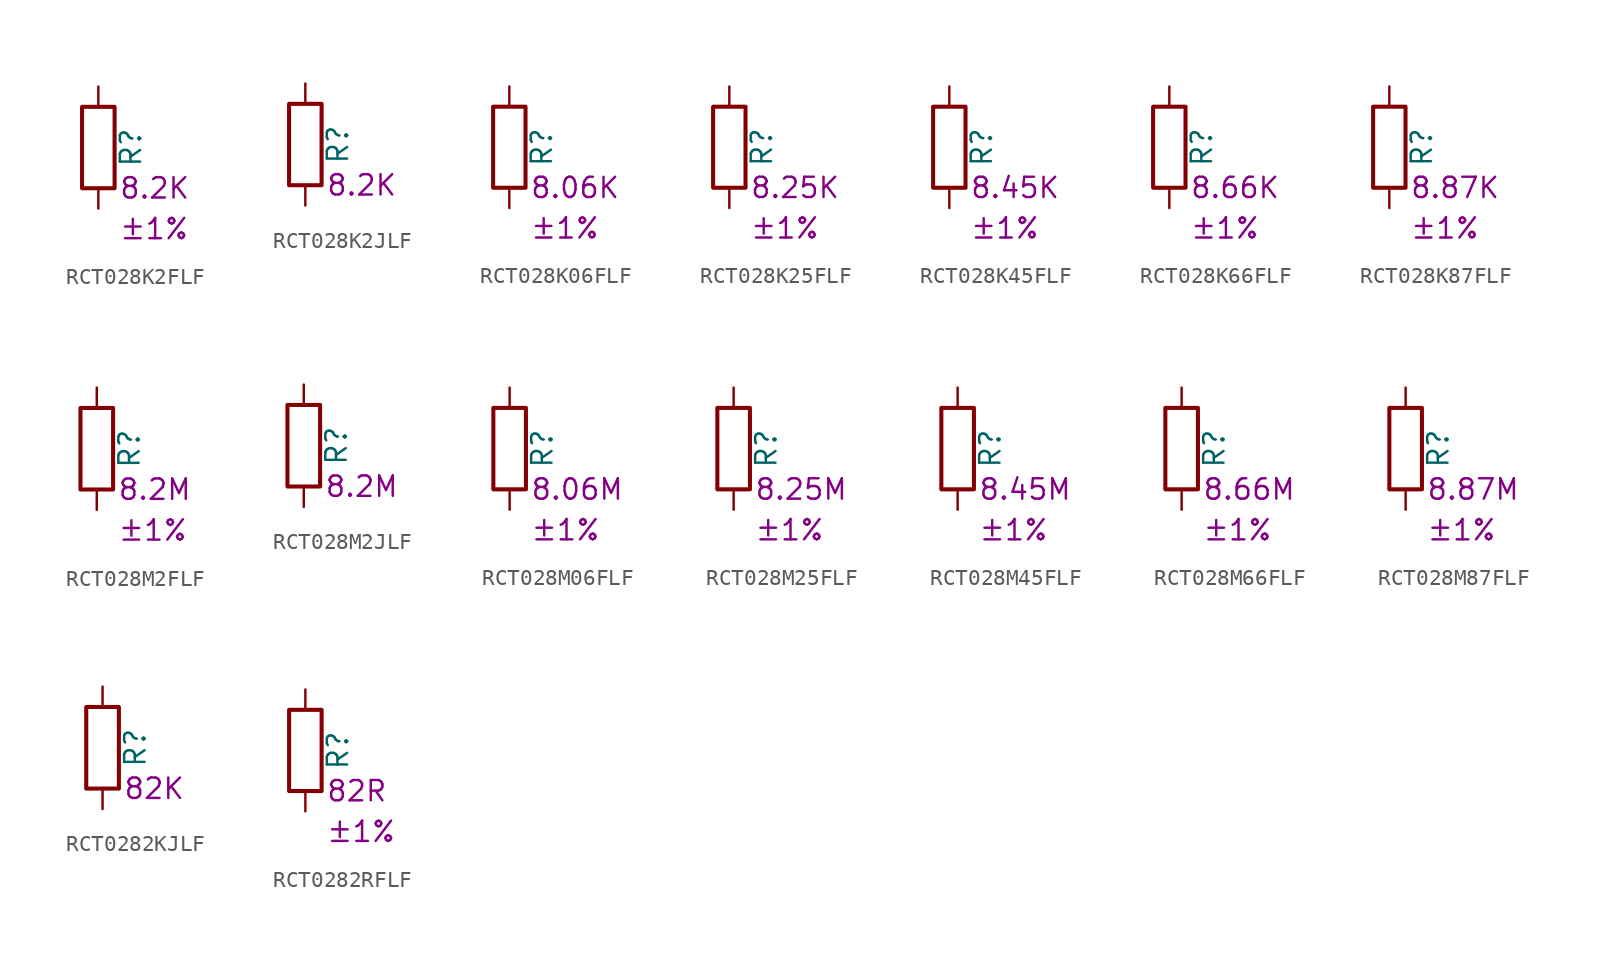
<source format=kicad_sym>
(kicad_symbol_lib
  (version 20220914)
  (generator kicad_symbol_editor)
  (symbol "RCT028K2FLF"
    (pin_numbers hide)
    (pin_names
      (offset 0))
    (property "Reference" "R"
      (at 2.032 0 90)
      (effects (font (size 1.27 1.27))))
    (property "Resistance" "8.2K"
      (at 1.27 -2.54 0)
      (effects (font (size 1.27 1.27)) (justify left)))
    (property "Tolerance" "±1%"
      (at 1.27 -5.08 0)
      (effects (font (size 1.27 1.27)) (justify left)))
    (symbol "RCT028K2FLF_0_1"
      (rectangle (start -1.016 -2.54) (end 1.016 2.54) (stroke (width 0.254) (type default)) (fill (type none))))
    (symbol "RCT028K2FLF_1_1"
      (pin passive line (at 0 3.81 270) (length 1.27) (name "~" (effects (font (size 1.27 1.27)))) (number "1" (effects (font (size 1.27 1.27)))))
      (pin passive line (at 0 -3.81 90) (length 1.27) (name "~" (effects (font (size 1.27 1.27)))) (number "2" (effects (font (size 1.27 1.27)))))))
  (symbol "RCT028K2JLF"
    (pin_numbers hide)
    (pin_names
      (offset 0))
    (property "Reference" "R"
      (at 2.032 0 90)
      (effects (font (size 1.27 1.27))))
    (property "Resistance" "8.2K"
      (at 1.27 -2.54 0)
      (effects (font (size 1.27 1.27)) (justify left)))
    (symbol "RCT028K2JLF_0_1"
      (rectangle (start -1.016 -2.54) (end 1.016 2.54) (stroke (width 0.254) (type default)) (fill (type none))))
    (symbol "RCT028K2JLF_1_1"
      (pin passive line (at 0 3.81 270) (length 1.27) (name "~" (effects (font (size 1.27 1.27)))) (number "1" (effects (font (size 1.27 1.27)))))
      (pin passive line (at 0 -3.81 90) (length 1.27) (name "~" (effects (font (size 1.27 1.27)))) (number "2" (effects (font (size 1.27 1.27)))))))
  (symbol "RCT028K06FLF"
    (pin_numbers hide)
    (pin_names
      (offset 0))
    (property "Reference" "R"
      (at 2.032 0 90)
      (effects (font (size 1.27 1.27))))
    (property "Resistance" "8.06K"
      (at 1.27 -2.54 0)
      (effects (font (size 1.27 1.27)) (justify left)))
    (property "Tolerance" "±1%"
      (at 1.27 -5.08 0)
      (effects (font (size 1.27 1.27)) (justify left)))
    (symbol "RCT028K06FLF_0_1"
      (rectangle (start -1.016 -2.54) (end 1.016 2.54) (stroke (width 0.254) (type default)) (fill (type none))))
    (symbol "RCT028K06FLF_1_1"
      (pin passive line (at 0 3.81 270) (length 1.27) (name "~" (effects (font (size 1.27 1.27)))) (number "1" (effects (font (size 1.27 1.27)))))
      (pin passive line (at 0 -3.81 90) (length 1.27) (name "~" (effects (font (size 1.27 1.27)))) (number "2" (effects (font (size 1.27 1.27)))))))
  (symbol "RCT028K25FLF"
    (pin_numbers hide)
    (pin_names
      (offset 0))
    (property "Reference" "R"
      (at 2.032 0 90)
      (effects (font (size 1.27 1.27))))
    (property "Resistance" "8.25K"
      (at 1.27 -2.54 0)
      (effects (font (size 1.27 1.27)) (justify left)))
    (property "Tolerance" "±1%"
      (at 1.27 -5.08 0)
      (effects (font (size 1.27 1.27)) (justify left)))
    (symbol "RCT028K25FLF_0_1"
      (rectangle (start -1.016 -2.54) (end 1.016 2.54) (stroke (width 0.254) (type default)) (fill (type none))))
    (symbol "RCT028K25FLF_1_1"
      (pin passive line (at 0 3.81 270) (length 1.27) (name "~" (effects (font (size 1.27 1.27)))) (number "1" (effects (font (size 1.27 1.27)))))
      (pin passive line (at 0 -3.81 90) (length 1.27) (name "~" (effects (font (size 1.27 1.27)))) (number "2" (effects (font (size 1.27 1.27)))))))
  (symbol "RCT028K45FLF"
    (pin_numbers hide)
    (pin_names
      (offset 0))
    (property "Reference" "R"
      (at 2.032 0 90)
      (effects (font (size 1.27 1.27))))
    (property "Resistance" "8.45K"
      (at 1.27 -2.54 0)
      (effects (font (size 1.27 1.27)) (justify left)))
    (property "Tolerance" "±1%"
      (at 1.27 -5.08 0)
      (effects (font (size 1.27 1.27)) (justify left)))
    (symbol "RCT028K45FLF_0_1"
      (rectangle (start -1.016 -2.54) (end 1.016 2.54) (stroke (width 0.254) (type default)) (fill (type none))))
    (symbol "RCT028K45FLF_1_1"
      (pin passive line (at 0 3.81 270) (length 1.27) (name "~" (effects (font (size 1.27 1.27)))) (number "1" (effects (font (size 1.27 1.27)))))
      (pin passive line (at 0 -3.81 90) (length 1.27) (name "~" (effects (font (size 1.27 1.27)))) (number "2" (effects (font (size 1.27 1.27)))))))
  (symbol "RCT028K66FLF"
    (pin_numbers hide)
    (pin_names
      (offset 0))
    (property "Reference" "R"
      (at 2.032 0 90)
      (effects (font (size 1.27 1.27))))
    (property "Resistance" "8.66K"
      (at 1.27 -2.54 0)
      (effects (font (size 1.27 1.27)) (justify left)))
    (property "Tolerance" "±1%"
      (at 1.27 -5.08 0)
      (effects (font (size 1.27 1.27)) (justify left)))
    (symbol "RCT028K66FLF_0_1"
      (rectangle (start -1.016 -2.54) (end 1.016 2.54) (stroke (width 0.254) (type default)) (fill (type none))))
    (symbol "RCT028K66FLF_1_1"
      (pin passive line (at 0 3.81 270) (length 1.27) (name "~" (effects (font (size 1.27 1.27)))) (number "1" (effects (font (size 1.27 1.27)))))
      (pin passive line (at 0 -3.81 90) (length 1.27) (name "~" (effects (font (size 1.27 1.27)))) (number "2" (effects (font (size 1.27 1.27)))))))
  (symbol "RCT028K87FLF"
    (pin_numbers hide)
    (pin_names
      (offset 0))
    (property "Reference" "R"
      (at 2.032 0 90)
      (effects (font (size 1.27 1.27))))
    (property "Resistance" "8.87K"
      (at 1.27 -2.54 0)
      (effects (font (size 1.27 1.27)) (justify left)))
    (property "Tolerance" "±1%"
      (at 1.27 -5.08 0)
      (effects (font (size 1.27 1.27)) (justify left)))
    (symbol "RCT028K87FLF_0_1"
      (rectangle (start -1.016 -2.54) (end 1.016 2.54) (stroke (width 0.254) (type default)) (fill (type none))))
    (symbol "RCT028K87FLF_1_1"
      (pin passive line (at 0 3.81 270) (length 1.27) (name "~" (effects (font (size 1.27 1.27)))) (number "1" (effects (font (size 1.27 1.27)))))
      (pin passive line (at 0 -3.81 90) (length 1.27) (name "~" (effects (font (size 1.27 1.27)))) (number "2" (effects (font (size 1.27 1.27)))))))
  (symbol "RCT028M2FLF"
    (pin_numbers hide)
    (pin_names
      (offset 0))
    (property "Reference" "R"
      (at 2.032 0 90)
      (effects (font (size 1.27 1.27))))
    (property "Resistance" "8.2M"
      (at 1.27 -2.54 0)
      (effects (font (size 1.27 1.27)) (justify left)))
    (property "Tolerance" "±1%"
      (at 1.27 -5.08 0)
      (effects (font (size 1.27 1.27)) (justify left)))
    (symbol "RCT028M2FLF_0_1"
      (rectangle (start -1.016 -2.54) (end 1.016 2.54) (stroke (width 0.254) (type default)) (fill (type none))))
    (symbol "RCT028M2FLF_1_1"
      (pin passive line (at 0 3.81 270) (length 1.27) (name "~" (effects (font (size 1.27 1.27)))) (number "1" (effects (font (size 1.27 1.27)))))
      (pin passive line (at 0 -3.81 90) (length 1.27) (name "~" (effects (font (size 1.27 1.27)))) (number "2" (effects (font (size 1.27 1.27)))))))
  (symbol "RCT028M2JLF"
    (pin_numbers hide)
    (pin_names
      (offset 0))
    (property "Reference" "R"
      (at 2.032 0 90)
      (effects (font (size 1.27 1.27))))
    (property "Resistance" "8.2M"
      (at 1.27 -2.54 0)
      (effects (font (size 1.27 1.27)) (justify left)))
    (symbol "RCT028M2JLF_0_1"
      (rectangle (start -1.016 -2.54) (end 1.016 2.54) (stroke (width 0.254) (type default)) (fill (type none))))
    (symbol "RCT028M2JLF_1_1"
      (pin passive line (at 0 3.81 270) (length 1.27) (name "~" (effects (font (size 1.27 1.27)))) (number "1" (effects (font (size 1.27 1.27)))))
      (pin passive line (at 0 -3.81 90) (length 1.27) (name "~" (effects (font (size 1.27 1.27)))) (number "2" (effects (font (size 1.27 1.27)))))))
  (symbol "RCT028M06FLF"
    (pin_numbers hide)
    (pin_names
      (offset 0))
    (property "Reference" "R"
      (at 2.032 0 90)
      (effects (font (size 1.27 1.27))))
    (property "Resistance" "8.06M"
      (at 1.27 -2.54 0)
      (effects (font (size 1.27 1.27)) (justify left)))
    (property "Tolerance" "±1%"
      (at 1.27 -5.08 0)
      (effects (font (size 1.27 1.27)) (justify left)))
    (symbol "RCT028M06FLF_0_1"
      (rectangle (start -1.016 -2.54) (end 1.016 2.54) (stroke (width 0.254) (type default)) (fill (type none))))
    (symbol "RCT028M06FLF_1_1"
      (pin passive line (at 0 3.81 270) (length 1.27) (name "~" (effects (font (size 1.27 1.27)))) (number "1" (effects (font (size 1.27 1.27)))))
      (pin passive line (at 0 -3.81 90) (length 1.27) (name "~" (effects (font (size 1.27 1.27)))) (number "2" (effects (font (size 1.27 1.27)))))))
  (symbol "RCT028M25FLF"
    (pin_numbers hide)
    (pin_names
      (offset 0))
    (property "Reference" "R"
      (at 2.032 0 90)
      (effects (font (size 1.27 1.27))))
    (property "Resistance" "8.25M"
      (at 1.27 -2.54 0)
      (effects (font (size 1.27 1.27)) (justify left)))
    (property "Tolerance" "±1%"
      (at 1.27 -5.08 0)
      (effects (font (size 1.27 1.27)) (justify left)))
    (symbol "RCT028M25FLF_0_1"
      (rectangle (start -1.016 -2.54) (end 1.016 2.54) (stroke (width 0.254) (type default)) (fill (type none))))
    (symbol "RCT028M25FLF_1_1"
      (pin passive line (at 0 3.81 270) (length 1.27) (name "~" (effects (font (size 1.27 1.27)))) (number "1" (effects (font (size 1.27 1.27)))))
      (pin passive line (at 0 -3.81 90) (length 1.27) (name "~" (effects (font (size 1.27 1.27)))) (number "2" (effects (font (size 1.27 1.27)))))))
  (symbol "RCT028M45FLF"
    (pin_numbers hide)
    (pin_names
      (offset 0))
    (property "Reference" "R"
      (at 2.032 0 90)
      (effects (font (size 1.27 1.27))))
    (property "Resistance" "8.45M"
      (at 1.27 -2.54 0)
      (effects (font (size 1.27 1.27)) (justify left)))
    (property "Tolerance" "±1%"
      (at 1.27 -5.08 0)
      (effects (font (size 1.27 1.27)) (justify left)))
    (symbol "RCT028M45FLF_0_1"
      (rectangle (start -1.016 -2.54) (end 1.016 2.54) (stroke (width 0.254) (type default)) (fill (type none))))
    (symbol "RCT028M45FLF_1_1"
      (pin passive line (at 0 3.81 270) (length 1.27) (name "~" (effects (font (size 1.27 1.27)))) (number "1" (effects (font (size 1.27 1.27)))))
      (pin passive line (at 0 -3.81 90) (length 1.27) (name "~" (effects (font (size 1.27 1.27)))) (number "2" (effects (font (size 1.27 1.27)))))))
  (symbol "RCT028M66FLF"
    (pin_numbers hide)
    (pin_names
      (offset 0))
    (property "Reference" "R"
      (at 2.032 0 90)
      (effects (font (size 1.27 1.27))))
    (property "Resistance" "8.66M"
      (at 1.27 -2.54 0)
      (effects (font (size 1.27 1.27)) (justify left)))
    (property "Tolerance" "±1%"
      (at 1.27 -5.08 0)
      (effects (font (size 1.27 1.27)) (justify left)))
    (symbol "RCT028M66FLF_0_1"
      (rectangle (start -1.016 -2.54) (end 1.016 2.54) (stroke (width 0.254) (type default)) (fill (type none))))
    (symbol "RCT028M66FLF_1_1"
      (pin passive line (at 0 3.81 270) (length 1.27) (name "~" (effects (font (size 1.27 1.27)))) (number "1" (effects (font (size 1.27 1.27)))))
      (pin passive line (at 0 -3.81 90) (length 1.27) (name "~" (effects (font (size 1.27 1.27)))) (number "2" (effects (font (size 1.27 1.27)))))))
  (symbol "RCT028M87FLF"
    (pin_numbers hide)
    (pin_names
      (offset 0))
    (property "Reference" "R"
      (at 2.032 0 90)
      (effects (font (size 1.27 1.27))))
    (property "Resistance" "8.87M"
      (at 1.27 -2.54 0)
      (effects (font (size 1.27 1.27)) (justify left)))
    (property "Tolerance" "±1%"
      (at 1.27 -5.08 0)
      (effects (font (size 1.27 1.27)) (justify left)))
    (symbol "RCT028M87FLF_0_1"
      (rectangle (start -1.016 -2.54) (end 1.016 2.54) (stroke (width 0.254) (type default)) (fill (type none))))
    (symbol "RCT028M87FLF_1_1"
      (pin passive line (at 0 3.81 270) (length 1.27) (name "~" (effects (font (size 1.27 1.27)))) (number "1" (effects (font (size 1.27 1.27)))))
      (pin passive line (at 0 -3.81 90) (length 1.27) (name "~" (effects (font (size 1.27 1.27)))) (number "2" (effects (font (size 1.27 1.27)))))))
  (symbol "RCT0282KJLF"
    (pin_numbers hide)
    (pin_names
      (offset 0))
    (property "Reference" "R"
      (at 2.032 0 90)
      (effects (font (size 1.27 1.27))))
    (property "Resistance" "82K"
      (at 1.27 -2.54 0)
      (effects (font (size 1.27 1.27)) (justify left)))
    (symbol "RCT0282KJLF_0_1"
      (rectangle (start -1.016 -2.54) (end 1.016 2.54) (stroke (width 0.254) (type default)) (fill (type none))))
    (symbol "RCT0282KJLF_1_1"
      (pin passive line (at 0 3.81 270) (length 1.27) (name "~" (effects (font (size 1.27 1.27)))) (number "1" (effects (font (size 1.27 1.27)))))
      (pin passive line (at 0 -3.81 90) (length 1.27) (name "~" (effects (font (size 1.27 1.27)))) (number "2" (effects (font (size 1.27 1.27)))))))
  (symbol "RCT0282RFLF"
    (pin_numbers hide)
    (pin_names
      (offset 0))
    (property "Reference" "R"
      (at 2.032 0 90)
      (effects (font (size 1.27 1.27))))
    (property "Resistance" "82R"
      (at 1.27 -2.54 0)
      (effects (font (size 1.27 1.27)) (justify left)))
    (property "Tolerance" "±1%"
      (at 1.27 -5.08 0)
      (effects (font (size 1.27 1.27)) (justify left)))
    (symbol "RCT0282RFLF_0_1"
      (rectangle (start -1.016 -2.54) (end 1.016 2.54) (stroke (width 0.254) (type default)) (fill (type none))))
    (symbol "RCT0282RFLF_1_1"
      (pin passive line (at 0 3.81 270) (length 1.27) (name "~" (effects (font (size 1.27 1.27)))) (number "1" (effects (font (size 1.27 1.27)))))
      (pin passive line (at 0 -3.81 90) (length 1.27) (name "~" (effects (font (size 1.27 1.27)))) (number "2" (effects (font (size 1.27 1.27))))))))
</source>
